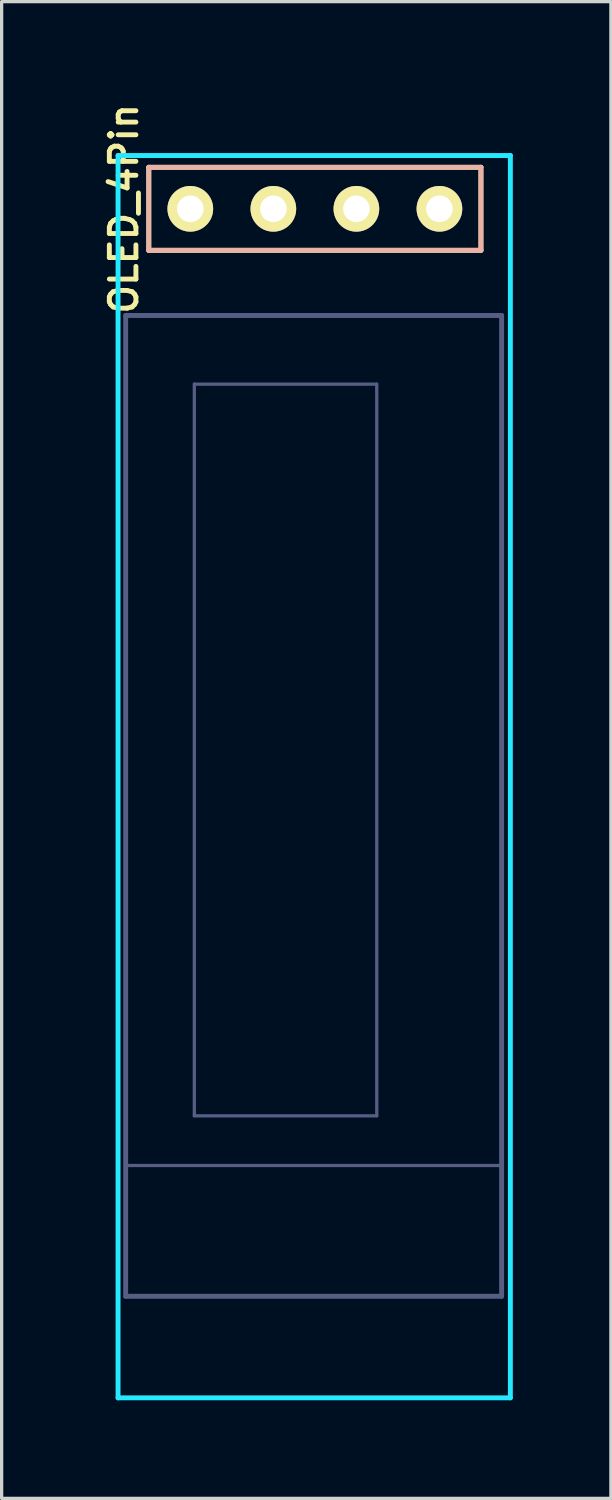
<source format=kicad_pcb>
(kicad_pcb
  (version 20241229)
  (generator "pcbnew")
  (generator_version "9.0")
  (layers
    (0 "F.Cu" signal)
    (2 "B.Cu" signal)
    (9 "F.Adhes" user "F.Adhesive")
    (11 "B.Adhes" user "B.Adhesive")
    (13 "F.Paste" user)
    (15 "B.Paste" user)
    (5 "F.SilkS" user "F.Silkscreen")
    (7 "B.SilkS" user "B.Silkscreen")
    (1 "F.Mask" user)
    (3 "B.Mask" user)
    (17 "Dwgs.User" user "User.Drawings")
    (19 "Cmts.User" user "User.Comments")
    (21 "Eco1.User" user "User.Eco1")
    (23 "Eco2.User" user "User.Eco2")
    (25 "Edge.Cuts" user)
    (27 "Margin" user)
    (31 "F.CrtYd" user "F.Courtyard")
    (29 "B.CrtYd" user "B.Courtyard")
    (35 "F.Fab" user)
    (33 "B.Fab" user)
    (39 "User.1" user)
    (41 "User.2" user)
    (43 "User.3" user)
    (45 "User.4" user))
  (footprint "OLED_4Pin"
    (layer "F.Cu")
    (at 2.771 3.337)
    (property "Reference" "OLED_4Pin" (at -2.032 0 90) (layer "F.SilkS") (effects (font (size 0.813 0.813) (thickness 0.15))))
    (attr through_hole)
    (fp_line (start -1.27 -1.27) (end 8.89 -1.27) (stroke (width 0.15) (type solid)) (layer "F.SilkS"))
    (fp_line (start -1.27 1.27) (end -1.27 -1.27) (stroke (width 0.15) (type solid)) (layer "F.SilkS"))
    (fp_line (start -1.27 1.27) (end 8.89 1.27) (stroke (width 0.15) (type solid)) (layer "F.SilkS"))
    (fp_line (start 8.89 -1.27) (end 8.89 1.27) (stroke (width 0.15) (type solid)) (layer "F.SilkS"))
    (fp_line (start -1.27 -1.27) (end 8.89 -1.27) (stroke (width 0.15) (type solid)) (layer "B.SilkS"))
    (fp_line (start -1.27 1.27) (end -1.27 -1.27) (stroke (width 0.15) (type solid)) (layer "B.SilkS"))
    (fp_line (start 8.89 -1.27) (end 8.89 1.27) (stroke (width 0.15) (type solid)) (layer "B.SilkS"))
    (fp_line (start 8.89 1.27) (end -1.27 1.27) (stroke (width 0.15) (type solid)) (layer "B.SilkS"))
    (fp_line (start -2.21 -1.63) (end -2.21 36.37) (stroke (width 0.15) (type solid)) (layer "B.CrtYd"))
    (fp_line (start 9.79 -1.63) (end -2.21 -1.63) (stroke (width 0.15) (type solid)) (layer "B.CrtYd"))
    (fp_line (start 9.79 -1.63) (end 9.79 36.37) (stroke (width 0.15) (type solid)) (layer "B.CrtYd"))
    (fp_line (start 9.79 36.37) (end -2.21 36.37) (stroke (width 0.15) (type solid)) (layer "B.CrtYd"))
    (fp_line (start -1.977 3.263) (end -1.977 33.263) (stroke (width 0.15) (type solid)) (layer "B.Fab"))
    (fp_line (start -1.977 29.263) (end 9.523 29.263) (stroke (width 0.1) (type solid)) (layer "B.Fab"))
    (fp_line (start -1.977 33.263) (end 9.523 33.263) (stroke (width 0.15) (type solid)) (layer "B.Fab"))
    (fp_line (start 0.123 5.363) (end 0.123 27.743) (stroke (width 0.1) (type solid)) (layer "B.Fab"))
    (fp_line (start 0.123 5.363) (end 5.703 5.363) (stroke (width 0.1) (type solid)) (layer "B.Fab"))
    (fp_line (start 0.123 27.743) (end 5.703 27.743) (stroke (width 0.1) (type solid)) (layer "B.Fab"))
    (fp_line (start 5.703 5.363) (end 5.703 27.743) (stroke (width 0.1) (type solid)) (layer "B.Fab"))
    (fp_line (start 9.523 3.263) (end -1.977 3.263) (stroke (width 0.15) (type solid)) (layer "B.Fab"))
    (fp_line (start 9.523 3.263) (end 9.523 33.263) (stroke (width 0.15) (type solid)) (layer "B.Fab"))
    (pad "1" thru_hole circle (at 0 0) (size 1.397 1.397) (drill 0.813) (layers "*.Cu" "*.Mask" "F.SilkS"))
    (pad "2" thru_hole circle (at 2.54 0) (size 1.397 1.397) (drill 0.813) (layers "*.Cu" "*.Mask" "F.SilkS"))
    (pad "3" thru_hole circle (at 5.08 0) (size 1.397 1.397) (drill 0.813) (layers "*.Cu" "*.Mask" "F.SilkS"))
    (pad "4" thru_hole circle (at 7.62 0) (size 1.397 1.397) (drill 0.813) (layers "*.Cu" "*.Mask" "F.SilkS")))
  (gr_rect
    (start -3 -3)
    (end 15.636 42.782)
    (stroke (width 0.1) (type default))
    (fill no)
    (layer "Edge.Cuts")))
</source>
